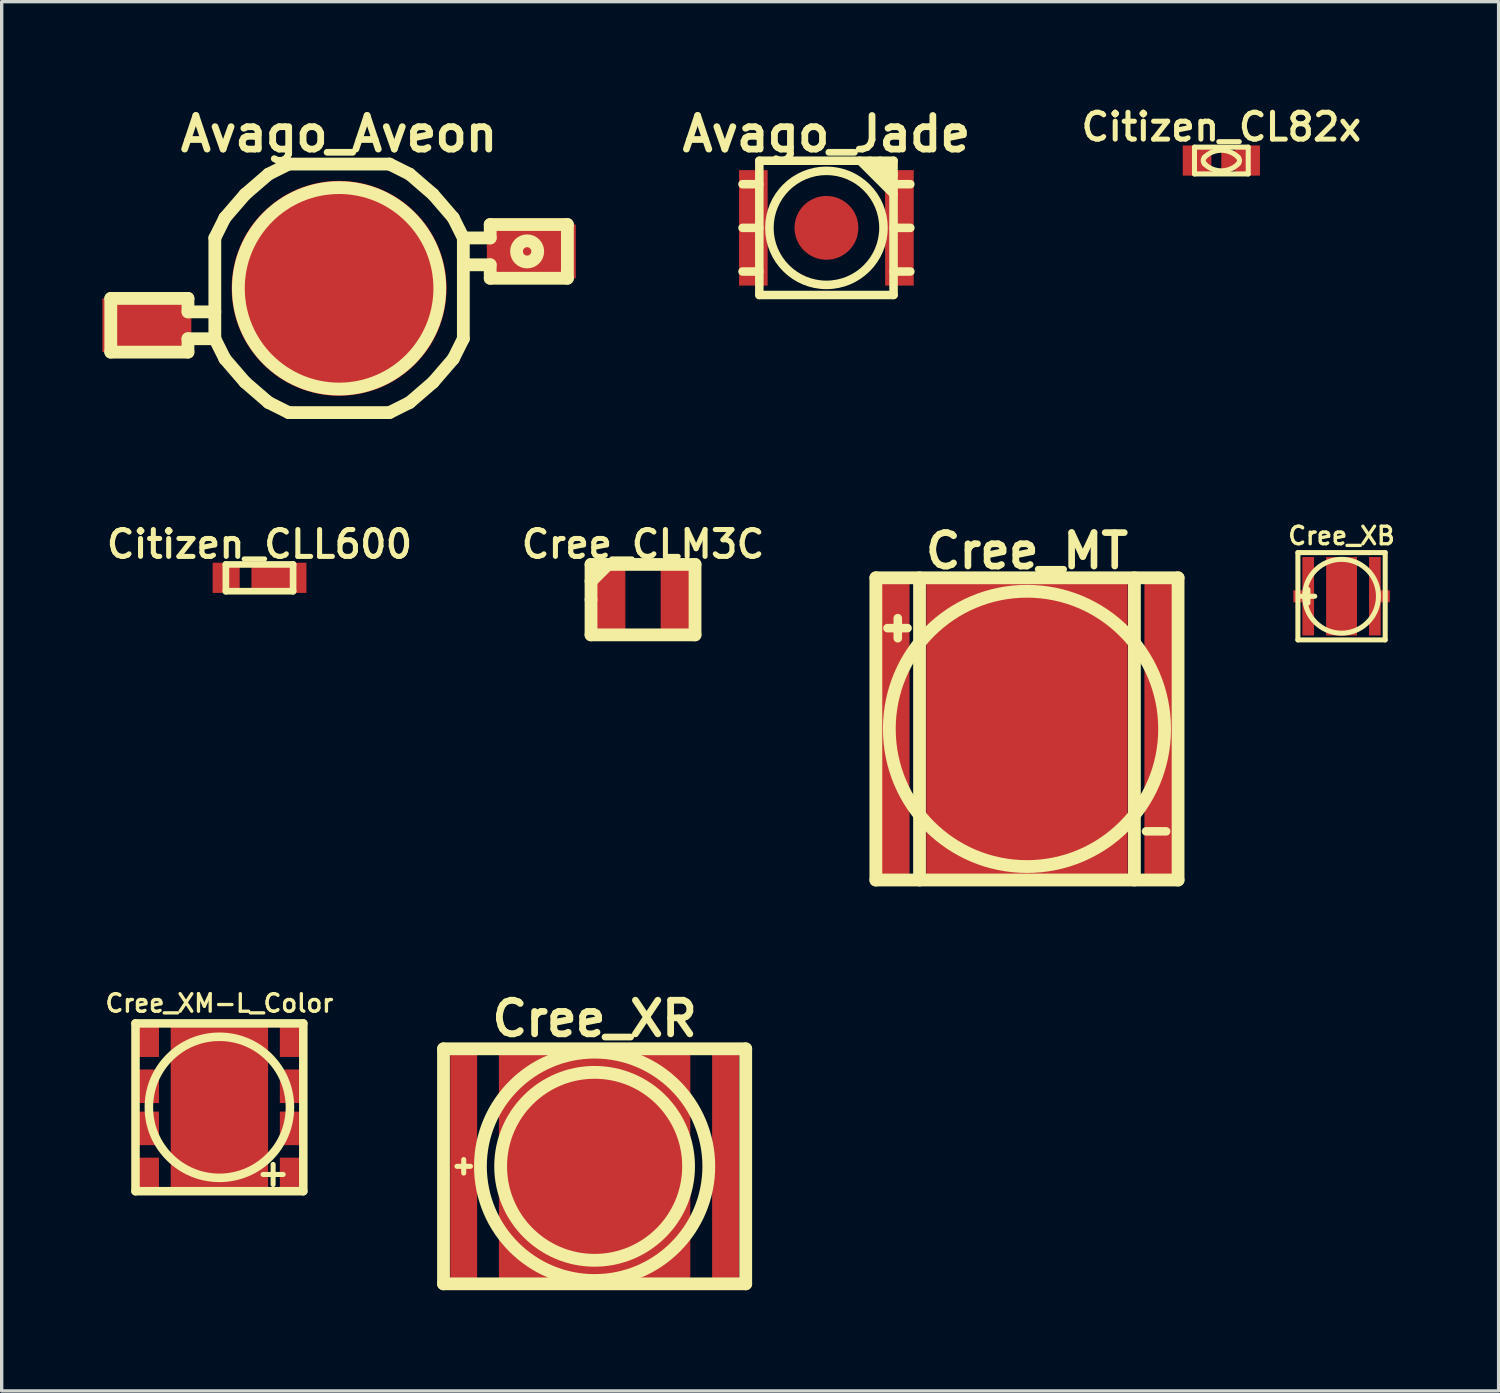
<source format=kicad_pcb>
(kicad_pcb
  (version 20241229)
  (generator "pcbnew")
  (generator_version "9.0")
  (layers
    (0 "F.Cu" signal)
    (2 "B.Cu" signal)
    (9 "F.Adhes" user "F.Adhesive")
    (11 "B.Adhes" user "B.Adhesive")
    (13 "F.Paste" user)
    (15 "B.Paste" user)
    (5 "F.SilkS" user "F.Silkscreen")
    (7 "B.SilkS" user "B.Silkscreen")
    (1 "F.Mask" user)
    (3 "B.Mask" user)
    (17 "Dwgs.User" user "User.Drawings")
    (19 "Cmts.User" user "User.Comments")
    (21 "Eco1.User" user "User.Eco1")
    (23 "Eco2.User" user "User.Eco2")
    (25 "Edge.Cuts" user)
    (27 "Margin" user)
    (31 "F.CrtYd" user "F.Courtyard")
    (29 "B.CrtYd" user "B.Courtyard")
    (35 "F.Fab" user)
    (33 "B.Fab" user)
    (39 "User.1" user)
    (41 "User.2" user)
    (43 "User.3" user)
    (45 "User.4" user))
  (footprint "Cree_CLM3C"
    (layer "F.Cu")
    (at 16.103 14.811)
    (property "Reference" "Cree_CLM3C" (at 0 -1.651 0) (layer "F.SilkS") (effects (font (size 0.8 0.8) (thickness 0.15))))
    (attr through_hole)
    (fp_line (start -1.549 -1.049) (end 1.549 -1.049) (stroke (width 0.381) (type solid)) (layer "F.SilkS"))
    (fp_line (start -1.549 -0.551) (end -1.049 -1.049) (stroke (width 0.381) (type solid)) (layer "F.SilkS"))
    (fp_line (start -1.549 0) (end -1.549 -1.049) (stroke (width 0.381) (type solid)) (layer "F.SilkS"))
    (fp_line (start -1.549 1.049) (end -1.549 0) (stroke (width 0.381) (type solid)) (layer "F.SilkS"))
    (fp_line (start 1.549 -1.049) (end 1.549 1.049) (stroke (width 0.381) (type solid)) (layer "F.SilkS"))
    (fp_line (start 1.549 1.049) (end -1.549 1.049) (stroke (width 0.381) (type solid)) (layer "F.SilkS"))
    (pad "1" smd rect (at -1.125 0) (size 1.199 1.801) (layers "F.Cu" "F.Mask" "F.Paste"))
    (pad "2" smd rect (at 1.125 0) (size 1.199 1.801) (layers "F.Cu" "F.Mask" "F.Paste")))
  (footprint "Avago_Jade"
    (layer "F.Cu")
    (at 21.566 3.737)
    (property "Reference" "Avago_Jade" (at 0 -2.799 0) (layer "F.SilkS") (effects (font (size 1.001 1.001) (thickness 0.201))))
    (attr through_hole)
    (fp_line (start -1.999 -1.999) (end 1.999 -1.999) (stroke (width 0.254) (type solid)) (layer "F.SilkS"))
    (fp_line (start -1.999 -1.3) (end -2.499 -1.3) (stroke (width 0.254) (type solid)) (layer "F.SilkS"))
    (fp_line (start -1.999 0) (end -2.499 0) (stroke (width 0.254) (type solid)) (layer "F.SilkS"))
    (fp_line (start -1.999 1.3) (end -2.499 1.3) (stroke (width 0.254) (type solid)) (layer "F.SilkS"))
    (fp_line (start -1.999 1.999) (end -1.999 -1.999) (stroke (width 0.254) (type solid)) (layer "F.SilkS"))
    (fp_line (start 1.3 -1.999) (end 1.999 -1.3) (stroke (width 0.254) (type solid)) (layer "F.SilkS"))
    (fp_line (start 1.6 -1.999) (end 1.999 -1.6) (stroke (width 0.254) (type solid)) (layer "F.SilkS"))
    (fp_line (start 1.999 -1.999) (end 1.999 1.999) (stroke (width 0.254) (type solid)) (layer "F.SilkS"))
    (fp_line (start 1.999 -1.001) (end 1.001 -1.999) (stroke (width 0.254) (type solid)) (layer "F.SilkS"))
    (fp_line (start 1.999 1.999) (end -1.999 1.999) (stroke (width 0.254) (type solid)) (layer "F.SilkS"))
    (fp_line (start 2.499 -1.3) (end 1.999 -1.3) (stroke (width 0.254) (type solid)) (layer "F.SilkS"))
    (fp_line (start 2.499 0) (end 1.999 0) (stroke (width 0.254) (type solid)) (layer "F.SilkS"))
    (fp_line (start 2.499 1.3) (end 1.999 1.3) (stroke (width 0.254) (type solid)) (layer "F.SilkS"))
    (fp_circle (center 0 0) (end -1.699 0) (stroke (width 0.254) (type solid)) (fill no) (layer "F.SilkS"))
    (pad "1" smd rect (at -2.177 0) (size 0.851 3.439) (layers "F.Cu" "F.Mask" "F.Paste"))
    (pad "2" smd rect (at 2.174 0) (size 0.851 3.439) (layers "F.Cu" "F.Mask" "F.Paste"))
    (pad "3" smd circle (at 0 0) (size 1.9 1.9) (layers "F.Cu" "F.Mask" "F.Paste")))
  (footprint "Cree_XB"
    (layer "F.Cu")
    (at 36.909 14.71)
    (property "Reference" "Cree_XB" (at 0 -1.801 0) (layer "F.SilkS") (effects (font (size 0.523 0.523) (thickness 0.099))))
    (attr through_hole)
    (fp_line (start -1.3 -1.3) (end 1.3 -1.3) (stroke (width 0.15) (type solid)) (layer "F.SilkS"))
    (fp_line (start -1.3 1.3) (end -1.3 -1.3) (stroke (width 0.15) (type solid)) (layer "F.SilkS"))
    (fp_line (start -1.001 0.201) (end -1.001 -0.201) (stroke (width 0.15) (type solid)) (layer "F.SilkS"))
    (fp_line (start -0.798 0) (end -1.199 0) (stroke (width 0.15) (type solid)) (layer "F.SilkS"))
    (fp_line (start 1.3 -1.3) (end 1.3 1.3) (stroke (width 0.15) (type solid)) (layer "F.SilkS"))
    (fp_line (start 1.3 1.3) (end -1.3 1.3) (stroke (width 0.15) (type solid)) (layer "F.SilkS"))
    (fp_circle (center 0 0) (end -1.1 0) (stroke (width 0.15) (type solid)) (fill no) (layer "F.SilkS"))
    (pad "1" smd rect (at -1.298 0) (size 0.277 0.356) (layers "F.Cu" "F.Mask"))
    (pad "1" smd rect (at -0.993 0) (size 0.348 2.337) (layers "F.Cu" "F.Mask" "F.Paste"))
    (pad "2" smd rect (at 0.993 0) (size 0.348 2.337) (layers "F.Cu" "F.Mask" "F.Paste"))
    (pad "2" smd rect (at 1.298 0) (size 0.277 0.356) (layers "F.Cu" "F.Mask"))
    (pad "3" smd rect (at 0 0) (size 0.919 2.337) (layers "F.Cu" "F.Mask" "F.Paste")))
  (footprint "Cree_XM-L_Color"
    (layer "F.Cu")
    (at 3.485 29.932)
    (property "Reference" "Cree_XM-L_Color" (at 0 -3.099 0) (layer "F.SilkS") (effects (font (size 0.523 0.523) (thickness 0.099))))
    (attr smd)
    (fp_line (start -2.499 -2.499) (end -2.499 2.499) (stroke (width 0.254) (type solid)) (layer "F.SilkS"))
    (fp_line (start -2.499 2.499) (end 2.499 2.499) (stroke (width 0.254) (type solid)) (layer "F.SilkS"))
    (fp_line (start 1.3 2) (end 1.9 2) (stroke (width 0.15) (type solid)) (layer "F.SilkS"))
    (fp_line (start 1.6 2.3) (end 1.6 1.7) (stroke (width 0.15) (type solid)) (layer "F.SilkS"))
    (fp_line (start 2.499 -2.499) (end -2.499 -2.499) (stroke (width 0.254) (type solid)) (layer "F.SilkS"))
    (fp_line (start 2.499 2.499) (end 2.499 -2.499) (stroke (width 0.254) (type solid)) (layer "F.SilkS"))
    (fp_circle (center 0 0) (end -2.101 0) (stroke (width 0.254) (type solid)) (fill no) (layer "F.SilkS"))
    (pad "1" smd rect (at 2.15 -2) (size 0.7 1) (layers "F.Cu" "F.Mask" "F.Paste"))
    (pad "2" smd rect (at 2.15 -0.627) (size 0.7 1) (layers "F.Cu" "F.Mask" "F.Paste"))
    (pad "3" smd rect (at 2.15 0.627) (size 0.7 1) (layers "F.Cu" "F.Mask" "F.Paste"))
    (pad "4" smd rect (at 2.15 2) (size 0.7 1) (layers "F.Cu" "F.Mask" "F.Paste"))
    (pad "5" smd rect (at -2.15 2) (size 0.7 1) (layers "F.Cu" "F.Mask" "F.Paste"))
    (pad "6" smd rect (at -2.15 0.627) (size 0.7 1) (layers "F.Cu" "F.Mask" "F.Paste"))
    (pad "7" smd rect (at -2.15 -0.627) (size 0.7 1) (layers "F.Cu" "F.Mask" "F.Paste"))
    (pad "8" smd rect (at -2.15 -2) (size 0.7 1) (layers "F.Cu" "F.Mask" "F.Paste"))
    (pad "9" smd rect (at 0 0) (size 1.93 3.96) (layers "F.Cu" "F.Mask" "F.Paste"))
    (pad "9" smd rect (at 0 0) (size 2.9 5) (layers "F.Cu" "F.Mask")))
  (footprint "Avago_Aveon"
    (layer "F.Cu")
    (at 7.05 5.538)
    (property "Reference" "Avago_Aveon" (at 0 -4.6 0) (layer "F.SilkS") (effects (font (size 1.001 1.001) (thickness 0.201))))
    (attr through_hole)
    (fp_line (start -6.8 0.3) (end -4.501 0.3) (stroke (width 0.381) (type solid)) (layer "F.SilkS"))
    (fp_line (start -6.8 1.9) (end -6.8 0.3) (stroke (width 0.381) (type solid)) (layer "F.SilkS"))
    (fp_line (start -6.8 1.9) (end -4.501 1.9) (stroke (width 0.381) (type solid)) (layer "F.SilkS"))
    (fp_line (start -4.501 0.3) (end -4.501 0.701) (stroke (width 0.381) (type solid)) (layer "F.SilkS"))
    (fp_line (start -4.501 0.701) (end -3.701 0.701) (stroke (width 0.381) (type solid)) (layer "F.SilkS"))
    (fp_line (start -4.501 1.501) (end -3.701 1.501) (stroke (width 0.381) (type solid)) (layer "F.SilkS"))
    (fp_line (start -4.501 1.9) (end -4.501 1.501) (stroke (width 0.381) (type solid)) (layer "F.SilkS"))
    (fp_line (start -3.701 -1.501) (end -3.401 -2.101) (stroke (width 0.381) (type solid)) (layer "F.SilkS"))
    (fp_line (start -3.701 1.501) (end -3.701 -1.501) (stroke (width 0.381) (type solid)) (layer "F.SilkS"))
    (fp_line (start -3.701 1.501) (end -3.401 2.101) (stroke (width 0.381) (type solid)) (layer "F.SilkS"))
    (fp_line (start -3.401 -2.101) (end -2.799 -2.799) (stroke (width 0.381) (type solid)) (layer "F.SilkS"))
    (fp_line (start -2.799 -2.799) (end -2.101 -3.401) (stroke (width 0.381) (type solid)) (layer "F.SilkS"))
    (fp_line (start -2.799 2.799) (end -3.401 2.101) (stroke (width 0.381) (type solid)) (layer "F.SilkS"))
    (fp_line (start -2.101 -3.401) (end -1.501 -3.701) (stroke (width 0.381) (type solid)) (layer "F.SilkS"))
    (fp_line (start -2.101 3.401) (end -2.799 2.799) (stroke (width 0.381) (type solid)) (layer "F.SilkS"))
    (fp_line (start -1.501 -3.701) (end 1.501 -3.701) (stroke (width 0.381) (type solid)) (layer "F.SilkS"))
    (fp_line (start -1.501 3.701) (end -2.101 3.401) (stroke (width 0.381) (type solid)) (layer "F.SilkS"))
    (fp_line (start 1.501 -3.701) (end 2.101 -3.401) (stroke (width 0.381) (type solid)) (layer "F.SilkS"))
    (fp_line (start 1.501 3.701) (end -1.501 3.701) (stroke (width 0.381) (type solid)) (layer "F.SilkS"))
    (fp_line (start 1.501 3.701) (end 2.101 3.401) (stroke (width 0.381) (type solid)) (layer "F.SilkS"))
    (fp_line (start 2.101 -3.401) (end 2.799 -2.799) (stroke (width 0.381) (type solid)) (layer "F.SilkS"))
    (fp_line (start 2.799 -2.799) (end 3.401 -2.101) (stroke (width 0.381) (type solid)) (layer "F.SilkS"))
    (fp_line (start 2.799 2.799) (end 2.101 3.401) (stroke (width 0.381) (type solid)) (layer "F.SilkS"))
    (fp_line (start 3.401 2.101) (end 2.799 2.799) (stroke (width 0.381) (type solid)) (layer "F.SilkS"))
    (fp_line (start 3.701 -1.501) (end 3.401 -2.101) (stroke (width 0.381) (type solid)) (layer "F.SilkS"))
    (fp_line (start 3.701 -1.501) (end 3.701 1.501) (stroke (width 0.381) (type solid)) (layer "F.SilkS"))
    (fp_line (start 3.701 1.501) (end 3.401 2.101) (stroke (width 0.381) (type solid)) (layer "F.SilkS"))
    (fp_line (start 4.501 -1.9) (end 4.501 -1.501) (stroke (width 0.381) (type solid)) (layer "F.SilkS"))
    (fp_line (start 4.501 -1.501) (end 3.701 -1.501) (stroke (width 0.381) (type solid)) (layer "F.SilkS"))
    (fp_line (start 4.501 -0.701) (end 3.701 -0.701) (stroke (width 0.381) (type solid)) (layer "F.SilkS"))
    (fp_line (start 4.501 -0.3) (end 4.501 -0.701) (stroke (width 0.381) (type solid)) (layer "F.SilkS"))
    (fp_line (start 6.8 -1.9) (end 4.501 -1.9) (stroke (width 0.381) (type solid)) (layer "F.SilkS"))
    (fp_line (start 6.8 -1.9) (end 6.8 -0.3) (stroke (width 0.381) (type solid)) (layer "F.SilkS"))
    (fp_line (start 6.8 -0.3) (end 4.501 -0.3) (stroke (width 0.381) (type solid)) (layer "F.SilkS"))
    (fp_circle (center 0 0) (end -3 0) (stroke (width 0.381) (type solid)) (fill no) (layer "F.SilkS"))
    (fp_circle (center 5.601 -1.1) (end 5.301 -1.001) (stroke (width 0.381) (type solid)) (fill no) (layer "F.SilkS"))
    (pad "1" smd rect (at -5.725 1.1) (size 2.649 1.6) (layers "F.Cu" "F.Mask" "F.Paste"))
    (pad "2" smd rect (at 5.725 -1.1) (size 2.649 1.6) (layers "F.Cu" "F.Mask" "F.Paste"))
    (pad "3" smd circle (at 0 0) (size 6.401 6.401) (layers "F.Cu" "F.Mask" "F.Paste")))
  (footprint "Citizen_CL82x"
    (layer "F.Cu")
    (at 33.329 1.732)
    (property "Reference" "Citizen_CL82x" (at 0 -1.001 0) (layer "F.SilkS") (effects (font (size 0.8 0.8) (thickness 0.15))))
    (attr through_hole)
    (fp_line (start -0.8 -0.399) (end 0.8 -0.399) (stroke (width 0.15) (type solid)) (layer "F.SilkS"))
    (fp_line (start -0.8 0.399) (end -0.8 -0.399) (stroke (width 0.15) (type solid)) (layer "F.SilkS"))
    (fp_line (start 0.8 -0.399) (end 0.8 0.399) (stroke (width 0.15) (type solid)) (layer "F.SilkS"))
    (fp_line (start 0.8 0.399) (end -0.8 0.399) (stroke (width 0.15) (type solid)) (layer "F.SilkS"))
    (fp_arc (start -0.50038 -0.09906) (mid 0 -0.306324) (end 0.50038 -0.09906) (stroke (width 0.14986) (type solid)) (layer "F.SilkS"))
    (fp_arc (start -0.50038 0.09906) (mid -0.540668 -0.001796) (end -0.49784 -0.1016) (stroke (width 0.14986) (type solid)) (layer "F.SilkS"))
    (fp_arc (start 0.50038 -0.09906) (mid 0.540668 0.001796) (end 0.49784 0.1016) (stroke (width 0.14986) (type solid)) (layer "F.SilkS"))
    (fp_arc (start 0.50038 0.09906) (mid 0 0.306324) (end -0.50038 0.09906) (stroke (width 0.14986) (type solid)) (layer "F.SilkS"))
    (pad "1" smd rect (at -0.724 0) (size 0.851 0.899) (layers "F.Cu" "F.Mask" "F.Paste"))
    (pad "2" smd rect (at 0.574 0) (size 1.151 0.599) (layers "F.Cu" "F.Mask" "F.Paste"))
    (pad "2" smd rect (at 0.782 0) (size 0.734 0.899) (layers "F.Cu" "F.Mask" "F.Paste")))
  (footprint "Cree_XR"
    (layer "F.Cu")
    (at 14.661 31.69)
    (property "Reference" "Cree_XR" (at 0 -4.399 0) (layer "F.SilkS") (effects (font (size 1.001 1.001) (thickness 0.201))))
    (attr through_hole)
    (fp_line (start -4.501 -3.5) (end -4.501 3.5) (stroke (width 0.381) (type solid)) (layer "F.SilkS"))
    (fp_line (start -4.501 3.5) (end 4.501 3.5) (stroke (width 0.381) (type solid)) (layer "F.SilkS"))
    (fp_line (start -3.899 0.201) (end -3.899 -0.201) (stroke (width 0.15) (type solid)) (layer "F.SilkS"))
    (fp_line (start -3.698 0) (end -4.1 0) (stroke (width 0.15) (type solid)) (layer "F.SilkS"))
    (fp_line (start 4.501 -3.5) (end -4.501 -3.5) (stroke (width 0.381) (type solid)) (layer "F.SilkS"))
    (fp_line (start 4.501 3.5) (end 4.501 -3.5) (stroke (width 0.381) (type solid)) (layer "F.SilkS"))
    (fp_circle (center 0 0) (end -3.401 0) (stroke (width 0.381) (type solid)) (fill no) (layer "F.SilkS"))
    (fp_circle (center 0 0) (end -2.799 0) (stroke (width 0.381) (type solid)) (fill no) (layer "F.SilkS"))
    (pad "" smd rect (at -3.861 0) (size 0.297 4.996) (layers "F.Mask" "F.Paste"))
    (pad "" smd rect (at -0.686 -0.925) (size 1.372 1.847) (layers "F.Mask" "F.Paste"))
    (pad "" smd rect (at -0.686 0.925) (size 1.372 1.847) (layers "F.Mask" "F.Paste"))
    (pad "" smd rect (at 0.686 -0.925) (size 1.372 1.847) (layers "F.Mask" "F.Paste"))
    (pad "" smd rect (at 0.686 0.925) (size 1.372 1.847) (layers "F.Mask" "F.Paste"))
    (pad "" smd rect (at 3.861 0) (size 0.297 4.996) (layers "F.Mask" "F.Paste"))
    (pad "1" smd rect (at -3.9 0) (size 0.8 7) (layers "F.Cu"))
    (pad "2" smd rect (at 3.9 0) (size 0.8 7) (layers "F.Cu"))
    (pad "3" smd rect (at 0 0) (size 5.7 7) (layers "F.Cu")))
  (footprint "Citizen_CLL600"
    (layer "F.Cu")
    (at 4.679 14.161)
    (property "Reference" "Citizen_CLL600" (at 0 -1.001 0) (layer "F.SilkS") (effects (font (size 0.8 0.8) (thickness 0.15))))
    (attr through_hole)
    (fp_line (start -1.001 -0.399) (end 1.001 -0.399) (stroke (width 0.198) (type solid)) (layer "F.SilkS"))
    (fp_line (start -1.001 0.399) (end -1.001 -0.399) (stroke (width 0.198) (type solid)) (layer "F.SilkS"))
    (fp_line (start 1.001 -0.399) (end 1.001 0.399) (stroke (width 0.198) (type solid)) (layer "F.SilkS"))
    (fp_line (start 1.001 0.399) (end -1.001 0.399) (stroke (width 0.198) (type solid)) (layer "F.SilkS"))
    (pad "1" smd rect (at -0.993 0) (size 0.805 0.899) (layers "F.Cu" "F.Mask" "F.Paste"))
    (pad "2" smd rect (at 0.579 0) (size 1.638 0.899) (layers "F.Cu" "F.Mask" "F.Paste")))
  (footprint "Cree_MT"
    (layer "F.Cu")
    (at 27.539 18.661)
    (property "Reference" "Cree_MT" (at 0 -5.301 0) (layer "F.SilkS") (effects (font (size 0.998 0.998) (thickness 0.198))))
    (attr through_hole)
    (fp_line (start -4.501 -4.501) (end 4.501 -4.501) (stroke (width 0.381) (type solid)) (layer "F.SilkS"))
    (fp_line (start -4.501 4.501) (end -4.501 -4.501) (stroke (width 0.381) (type solid)) (layer "F.SilkS"))
    (fp_line (start -3.848 -3.299) (end -3.848 -2.7) (stroke (width 0.254) (type solid)) (layer "F.SilkS"))
    (fp_line (start -3.556 -3.002) (end -4.155 -3.002) (stroke (width 0.254) (type solid)) (layer "F.SilkS"))
    (fp_line (start -3.2 4.501) (end -3.2 -4.501) (stroke (width 0.381) (type solid)) (layer "F.SilkS"))
    (fp_line (start 3.2 -4.501) (end 3.2 4.501) (stroke (width 0.381) (type solid)) (layer "F.SilkS"))
    (fp_line (start 4.145 3.051) (end 3.546 3.051) (stroke (width 0.254) (type solid)) (layer "F.SilkS"))
    (fp_line (start 4.501 -4.501) (end 4.501 4.501) (stroke (width 0.381) (type solid)) (layer "F.SilkS"))
    (fp_line (start 4.501 4.501) (end -4.501 4.501) (stroke (width 0.381) (type solid)) (layer "F.SilkS"))
    (fp_circle (center 0 0) (end -4.1 0) (stroke (width 0.381) (type solid)) (fill no) (layer "F.SilkS"))
    (pad "" smd rect (at -3.973 0) (size 0.889 6.198) (layers "F.Mask" "F.Paste"))
    (pad "" smd rect (at -1.488 -2.443) (size 1.905 3.175) (layers "F.Mask" "F.Paste"))
    (pad "" smd rect (at -1.488 2.443) (size 1.905 3.175) (layers "F.Mask" "F.Paste"))
    (pad "" smd rect (at 1.488 -2.443) (size 1.905 3.175) (layers "F.Mask" "F.Paste"))
    (pad "" smd rect (at 1.488 2.443) (size 1.905 3.175) (layers "F.Mask" "F.Paste"))
    (pad "" smd rect (at 3.973 0) (size 0.889 6.198) (layers "F.Mask" "F.Paste"))
    (pad "1" smd rect (at -3.973 0) (size 0.95 8.895) (layers "F.Cu" "F.Mask"))
    (pad "2" smd rect (at 3.973 0) (size 0.95 8.895) (layers "F.Cu" "F.Mask"))
    (pad "3" smd rect (at 0 0) (size 5.999 8.895) (layers "F.Cu" "F.Mask")))
  (gr_rect
    (start -3 -3)
    (end 41.587 38.38)
    (stroke (width 0.1) (type default))
    (fill no)
    (layer "Edge.Cuts")))
</source>
